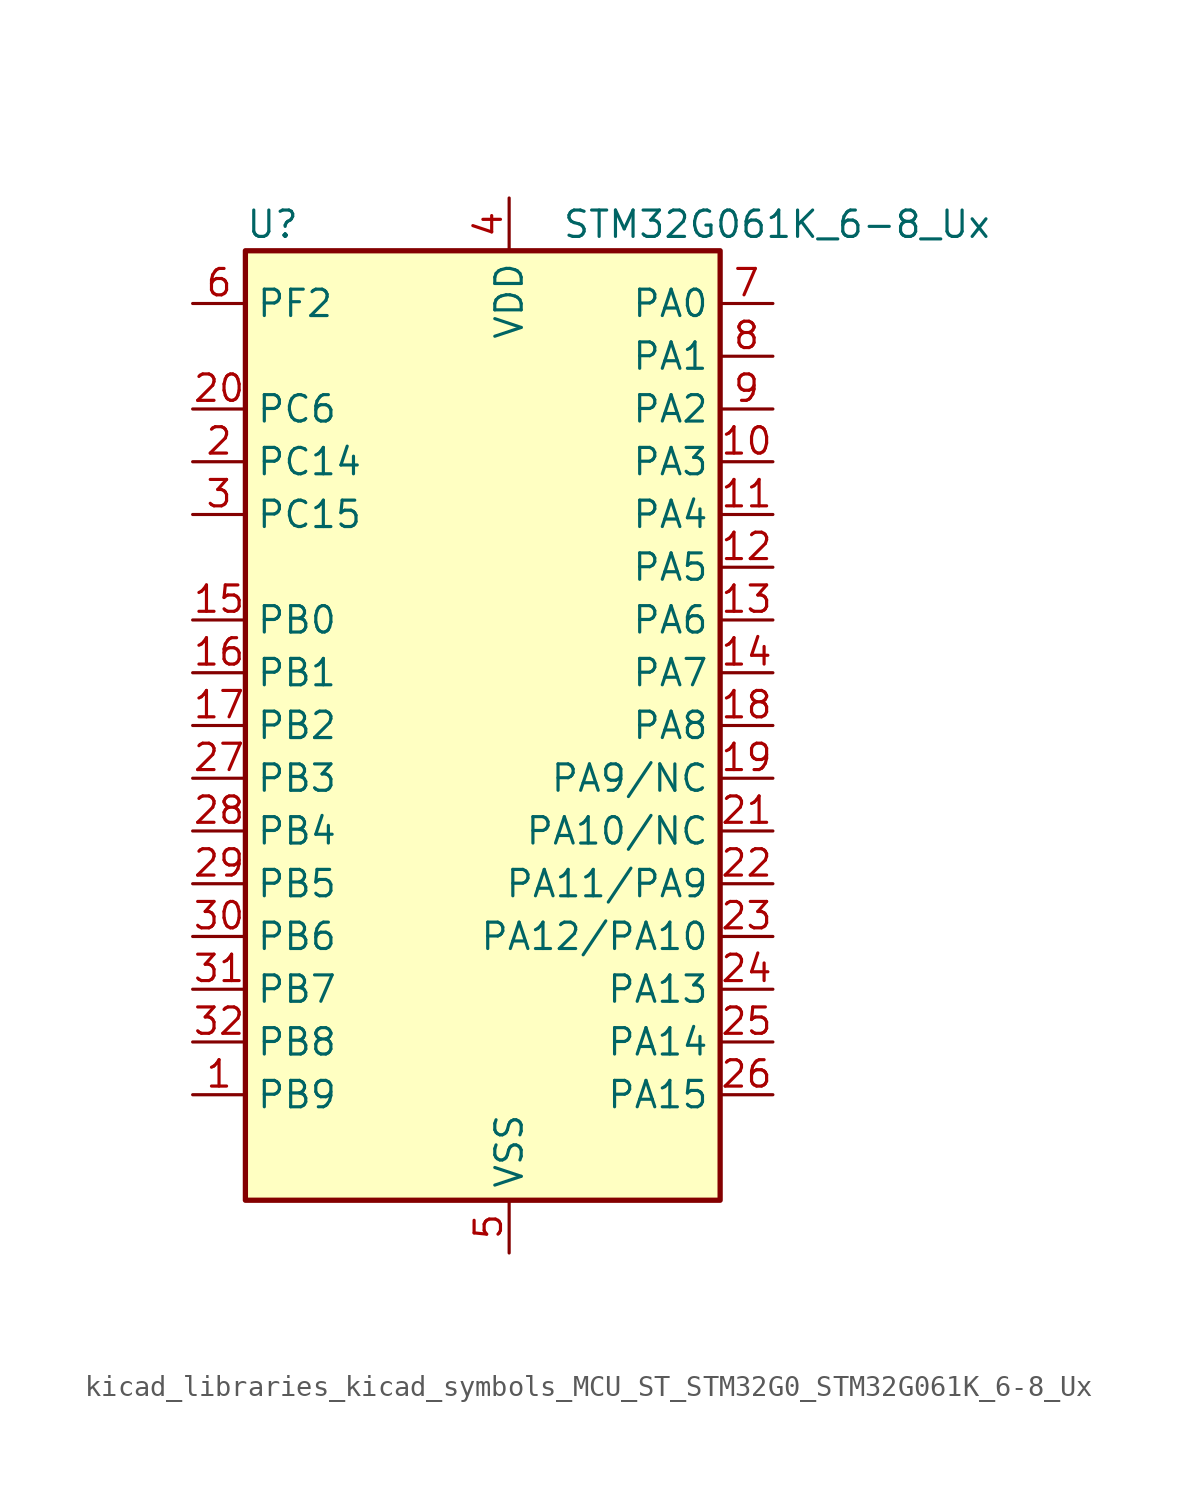
<source format=kicad_sym>
(kicad_symbol_lib
  (version 20220914)
  (generator kicad_symbol_editor)
  (symbol "kicad_libraries_kicad_symbols_MCU_ST_STM32G0_STM32G061K_6-8_Ux"
    (property "Reference" "U"
      (at -10.16 24.13 0)
      (effects (font (size 1.27 1.27)) (justify left)))
    (property "Value" "STM32G061K_6-8_Ux"
      (at 5.08 24.13 0)
      (effects (font (size 1.27 1.27)) (justify left)))
    (property "ki_locked" ""
      (at 0 0 0)
      (effects (font (size 1.27 1.27))))
    (symbol "kicad_libraries_kicad_symbols_MCU_ST_STM32G0_STM32G061K_6-8_Ux_0_1"
      (rectangle (start -10.16 -22.86) (end 12.7 22.86) (stroke (width 0.254) (type default)) (fill (type background))))
    (symbol "kicad_libraries_kicad_symbols_MCU_ST_STM32G0_STM32G061K_6-8_Ux_1_1"
      (pin bidirectional line (at -12.7 -17.78 0) (length 2.54) (name "PB9" (effects (font (size 1.27 1.27)))) (number "1" (effects (font (size 1.27 1.27)))) (alternate "DAC1_EXTI9" bidirectional line) (alternate "I2C1_SDA" bidirectional line) (alternate "IR_OUT" bidirectional line) (alternate "SPI2_NSS" bidirectional line) (alternate "TIM17_CH1" bidirectional line))
      (pin bidirectional line (at 15.24 12.7 180) (length 2.54) (name "PA3" (effects (font (size 1.27 1.27)))) (number "10" (effects (font (size 1.27 1.27)))) (alternate "ADC1_IN3" bidirectional line) (alternate "COMP2_INP" bidirectional line) (alternate "LPUART1_RX" bidirectional line) (alternate "SPI2_MISO" bidirectional line) (alternate "TIM15_CH2" bidirectional line) (alternate "TIM2_CH4" bidirectional line) (alternate "USART2_RX" bidirectional line))
      (pin bidirectional line (at 15.24 10.16 180) (length 2.54) (name "PA4" (effects (font (size 1.27 1.27)))) (number "11" (effects (font (size 1.27 1.27)))) (alternate "ADC1_IN4" bidirectional line) (alternate "DAC1_OUT1" bidirectional line) (alternate "I2S1_WS" bidirectional line) (alternate "LPTIM2_OUT" bidirectional line) (alternate "RTC_OUT1" bidirectional line) (alternate "RTC_TAMP_IN1" bidirectional line) (alternate "RTC_TS" bidirectional line) (alternate "SPI1_NSS" bidirectional line) (alternate "SPI2_MOSI" bidirectional line) (alternate "SYS_WKUP2" bidirectional line) (alternate "TIM14_CH1" bidirectional line))
      (pin bidirectional line (at 15.24 7.62 180) (length 2.54) (name "PA5" (effects (font (size 1.27 1.27)))) (number "12" (effects (font (size 1.27 1.27)))) (alternate "ADC1_IN5" bidirectional line) (alternate "DAC1_OUT2" bidirectional line) (alternate "I2S1_CK" bidirectional line) (alternate "LPTIM2_ETR" bidirectional line) (alternate "SPI1_SCK" bidirectional line) (alternate "TIM2_CH1" bidirectional line) (alternate "TIM2_ETR" bidirectional line))
      (pin bidirectional line (at 15.24 5.08 180) (length 2.54) (name "PA6" (effects (font (size 1.27 1.27)))) (number "13" (effects (font (size 1.27 1.27)))) (alternate "ADC1_IN6" bidirectional line) (alternate "COMP1_OUT" bidirectional line) (alternate "I2S1_MCK" bidirectional line) (alternate "LPUART1_CTS" bidirectional line) (alternate "SPI1_MISO" bidirectional line) (alternate "TIM16_CH1" bidirectional line) (alternate "TIM1_BK" bidirectional line) (alternate "TIM3_CH1" bidirectional line))
      (pin bidirectional line (at 15.24 2.54 180) (length 2.54) (name "PA7" (effects (font (size 1.27 1.27)))) (number "14" (effects (font (size 1.27 1.27)))) (alternate "ADC1_IN7" bidirectional line) (alternate "COMP2_OUT" bidirectional line) (alternate "I2S1_SD" bidirectional line) (alternate "SPI1_MOSI" bidirectional line) (alternate "TIM14_CH1" bidirectional line) (alternate "TIM17_CH1" bidirectional line) (alternate "TIM1_CH1N" bidirectional line) (alternate "TIM3_CH2" bidirectional line))
      (pin bidirectional line (at -12.7 5.08 0) (length 2.54) (name "PB0" (effects (font (size 1.27 1.27)))) (number "15" (effects (font (size 1.27 1.27)))) (alternate "ADC1_IN8" bidirectional line) (alternate "COMP1_OUT" bidirectional line) (alternate "I2S1_WS" bidirectional line) (alternate "LPTIM1_OUT" bidirectional line) (alternate "SPI1_NSS" bidirectional line) (alternate "TIM1_CH2N" bidirectional line) (alternate "TIM3_CH3" bidirectional line))
      (pin bidirectional line (at -12.7 2.54 0) (length 2.54) (name "PB1" (effects (font (size 1.27 1.27)))) (number "16" (effects (font (size 1.27 1.27)))) (alternate "ADC1_IN9" bidirectional line) (alternate "COMP1_INM" bidirectional line) (alternate "LPTIM2_IN1" bidirectional line) (alternate "LPUART1_DE" bidirectional line) (alternate "LPUART1_RTS" bidirectional line) (alternate "TIM14_CH1" bidirectional line) (alternate "TIM1_CH3N" bidirectional line) (alternate "TIM3_CH4" bidirectional line))
      (pin bidirectional line (at -12.7 0 0) (length 2.54) (name "PB2" (effects (font (size 1.27 1.27)))) (number "17" (effects (font (size 1.27 1.27)))) (alternate "ADC1_IN10" bidirectional line) (alternate "COMP1_INP" bidirectional line) (alternate "LPTIM1_OUT" bidirectional line) (alternate "SPI2_MISO" bidirectional line))
      (pin bidirectional line (at 15.24 0 180) (length 2.54) (name "PA8" (effects (font (size 1.27 1.27)))) (number "18" (effects (font (size 1.27 1.27)))) (alternate "LPTIM2_OUT" bidirectional line) (alternate "RCC_MCO" bidirectional line) (alternate "SPI2_NSS" bidirectional line) (alternate "TIM1_CH1" bidirectional line))
      (pin bidirectional line (at 15.24 -2.54 180) (length 2.54) (name "PA9/NC" (effects (font (size 1.27 1.27)))) (number "19" (effects (font (size 1.27 1.27)))) (alternate "DAC1_EXTI9" bidirectional line) (alternate "I2C1_SCL" bidirectional line) (alternate "RCC_MCO" bidirectional line) (alternate "SPI2_MISO" bidirectional line) (alternate "TIM15_BK" bidirectional line) (alternate "TIM1_CH2" bidirectional line) (alternate "USART1_TX" bidirectional line))
      (pin bidirectional line (at -12.7 12.7 0) (length 2.54) (name "PC14" (effects (font (size 1.27 1.27)))) (number "2" (effects (font (size 1.27 1.27)))) (alternate "RCC_OSC32_IN" bidirectional line) (alternate "RCC_OSC_IN" bidirectional line) (alternate "TIM1_BK2" bidirectional line))
      (pin bidirectional line (at -12.7 15.24 0) (length 2.54) (name "PC6" (effects (font (size 1.27 1.27)))) (number "20" (effects (font (size 1.27 1.27)))) (alternate "TIM2_CH3" bidirectional line) (alternate "TIM3_CH1" bidirectional line))
      (pin bidirectional line (at 15.24 -5.08 180) (length 2.54) (name "PA10/NC" (effects (font (size 1.27 1.27)))) (number "21" (effects (font (size 1.27 1.27)))) (alternate "I2C1_SDA" bidirectional line) (alternate "SPI2_MOSI" bidirectional line) (alternate "TIM17_BK" bidirectional line) (alternate "TIM1_CH3" bidirectional line) (alternate "USART1_RX" bidirectional line))
      (pin bidirectional line (at 15.24 -7.62 180) (length 2.54) (name "PA11/PA9" (effects (font (size 1.27 1.27)))) (number "22" (effects (font (size 1.27 1.27)))) (alternate "ADC1_EXTI11" bidirectional line) (alternate "ADC1_IN15" bidirectional line) (alternate "COMP1_OUT" bidirectional line) (alternate "I2C2_SCL" bidirectional line) (alternate "I2S1_MCK" bidirectional line) (alternate "SPI1_MISO" bidirectional line) (alternate "TIM1_BK2" bidirectional line) (alternate "TIM1_CH4" bidirectional line) (alternate "USART1_CTS" bidirectional line) (alternate "USART1_NSS" bidirectional line))
      (pin bidirectional line (at 15.24 -10.16 180) (length 2.54) (name "PA12/PA10" (effects (font (size 1.27 1.27)))) (number "23" (effects (font (size 1.27 1.27)))) (alternate "ADC1_IN16" bidirectional line) (alternate "COMP2_OUT" bidirectional line) (alternate "I2C2_SDA" bidirectional line) (alternate "I2S1_SD" bidirectional line) (alternate "I2S_CKIN" bidirectional line) (alternate "SPI1_MOSI" bidirectional line) (alternate "TIM1_ETR" bidirectional line) (alternate "USART1_CK" bidirectional line) (alternate "USART1_DE" bidirectional line) (alternate "USART1_RTS" bidirectional line))
      (pin bidirectional line (at 15.24 -12.7 180) (length 2.54) (name "PA13" (effects (font (size 1.27 1.27)))) (number "24" (effects (font (size 1.27 1.27)))) (alternate "ADC1_IN17" bidirectional line) (alternate "IR_OUT" bidirectional line) (alternate "SYS_SWDIO" bidirectional line))
      (pin bidirectional line (at 15.24 -15.24 180) (length 2.54) (name "PA14" (effects (font (size 1.27 1.27)))) (number "25" (effects (font (size 1.27 1.27)))) (alternate "ADC1_IN18" bidirectional line) (alternate "SYS_SWCLK" bidirectional line) (alternate "USART2_TX" bidirectional line))
      (pin bidirectional line (at 15.24 -17.78 180) (length 2.54) (name "PA15" (effects (font (size 1.27 1.27)))) (number "26" (effects (font (size 1.27 1.27)))) (alternate "I2S1_WS" bidirectional line) (alternate "SPI1_NSS" bidirectional line) (alternate "TIM2_CH1" bidirectional line) (alternate "TIM2_ETR" bidirectional line) (alternate "USART2_RX" bidirectional line))
      (pin bidirectional line (at -12.7 -2.54 0) (length 2.54) (name "PB3" (effects (font (size 1.27 1.27)))) (number "27" (effects (font (size 1.27 1.27)))) (alternate "COMP2_INM" bidirectional line) (alternate "I2S1_CK" bidirectional line) (alternate "SPI1_SCK" bidirectional line) (alternate "TIM1_CH2" bidirectional line) (alternate "TIM2_CH2" bidirectional line) (alternate "USART1_CK" bidirectional line) (alternate "USART1_DE" bidirectional line) (alternate "USART1_RTS" bidirectional line))
      (pin bidirectional line (at -12.7 -5.08 0) (length 2.54) (name "PB4" (effects (font (size 1.27 1.27)))) (number "28" (effects (font (size 1.27 1.27)))) (alternate "COMP2_INP" bidirectional line) (alternate "I2S1_MCK" bidirectional line) (alternate "SPI1_MISO" bidirectional line) (alternate "TIM17_BK" bidirectional line) (alternate "TIM3_CH1" bidirectional line) (alternate "USART1_CTS" bidirectional line) (alternate "USART1_NSS" bidirectional line))
      (pin bidirectional line (at -12.7 -7.62 0) (length 2.54) (name "PB5" (effects (font (size 1.27 1.27)))) (number "29" (effects (font (size 1.27 1.27)))) (alternate "COMP2_OUT" bidirectional line) (alternate "I2C1_SMBA" bidirectional line) (alternate "I2S1_SD" bidirectional line) (alternate "LPTIM1_IN1" bidirectional line) (alternate "SPI1_MOSI" bidirectional line) (alternate "SYS_WKUP6" bidirectional line) (alternate "TIM16_BK" bidirectional line) (alternate "TIM3_CH2" bidirectional line))
      (pin bidirectional line (at -12.7 10.16 0) (length 2.54) (name "PC15" (effects (font (size 1.27 1.27)))) (number "3" (effects (font (size 1.27 1.27)))) (alternate "RCC_OSC32_EN" bidirectional line) (alternate "RCC_OSC32_OUT" bidirectional line) (alternate "RCC_OSC_EN" bidirectional line) (alternate "TIM15_BK" bidirectional line))
      (pin bidirectional line (at -12.7 -10.16 0) (length 2.54) (name "PB6" (effects (font (size 1.27 1.27)))) (number "30" (effects (font (size 1.27 1.27)))) (alternate "COMP2_INP" bidirectional line) (alternate "I2C1_SCL" bidirectional line) (alternate "LPTIM1_ETR" bidirectional line) (alternate "SPI2_MISO" bidirectional line) (alternate "TIM16_CH1N" bidirectional line) (alternate "TIM1_CH3" bidirectional line) (alternate "USART1_TX" bidirectional line))
      (pin bidirectional line (at -12.7 -12.7 0) (length 2.54) (name "PB7" (effects (font (size 1.27 1.27)))) (number "31" (effects (font (size 1.27 1.27)))) (alternate "ADC1_IN11" bidirectional line) (alternate "COMP2_INM" bidirectional line) (alternate "I2C1_SDA" bidirectional line) (alternate "LPTIM1_IN2" bidirectional line) (alternate "SPI2_MOSI" bidirectional line) (alternate "SYS_PVD_IN" bidirectional line) (alternate "TIM17_CH1N" bidirectional line) (alternate "USART1_RX" bidirectional line))
      (pin bidirectional line (at -12.7 -15.24 0) (length 2.54) (name "PB8" (effects (font (size 1.27 1.27)))) (number "32" (effects (font (size 1.27 1.27)))) (alternate "I2C1_SCL" bidirectional line) (alternate "SPI2_SCK" bidirectional line) (alternate "TIM15_BK" bidirectional line) (alternate "TIM16_CH1" bidirectional line))
      (pin passive line (at 2.54 -25.4 90) (length 2.54) hide (name "VSS" (effects (font (size 1.27 1.27)))) (number "33" (effects (font (size 1.27 1.27)))))
      (pin power_in line (at 2.54 25.4 270) (length 2.54) (name "VDD" (effects (font (size 1.27 1.27)))) (number "4" (effects (font (size 1.27 1.27)))))
      (pin power_in line (at 2.54 -25.4 90) (length 2.54) (name "VSS" (effects (font (size 1.27 1.27)))) (number "5" (effects (font (size 1.27 1.27)))))
      (pin bidirectional line (at -12.7 20.32 0) (length 2.54) (name "PF2" (effects (font (size 1.27 1.27)))) (number "6" (effects (font (size 1.27 1.27)))) (alternate "RCC_MCO" bidirectional line))
      (pin bidirectional line (at 15.24 20.32 180) (length 2.54) (name "PA0" (effects (font (size 1.27 1.27)))) (number "7" (effects (font (size 1.27 1.27)))) (alternate "ADC1_IN0" bidirectional line) (alternate "COMP1_INM" bidirectional line) (alternate "COMP1_OUT" bidirectional line) (alternate "LPTIM1_OUT" bidirectional line) (alternate "RTC_TAMP_IN2" bidirectional line) (alternate "SPI2_SCK" bidirectional line) (alternate "SYS_WKUP1" bidirectional line) (alternate "TIM2_CH1" bidirectional line) (alternate "TIM2_ETR" bidirectional line) (alternate "USART2_CTS" bidirectional line) (alternate "USART2_NSS" bidirectional line))
      (pin bidirectional line (at 15.24 17.78 180) (length 2.54) (name "PA1" (effects (font (size 1.27 1.27)))) (number "8" (effects (font (size 1.27 1.27)))) (alternate "ADC1_IN1" bidirectional line) (alternate "COMP1_INP" bidirectional line) (alternate "I2C1_SMBA" bidirectional line) (alternate "I2S1_CK" bidirectional line) (alternate "SPI1_SCK" bidirectional line) (alternate "TIM15_CH1N" bidirectional line) (alternate "TIM2_CH2" bidirectional line) (alternate "USART2_CK" bidirectional line) (alternate "USART2_DE" bidirectional line) (alternate "USART2_RTS" bidirectional line))
      (pin bidirectional line (at 15.24 15.24 180) (length 2.54) (name "PA2" (effects (font (size 1.27 1.27)))) (number "9" (effects (font (size 1.27 1.27)))) (alternate "ADC1_IN2" bidirectional line) (alternate "COMP2_INM" bidirectional line) (alternate "COMP2_OUT" bidirectional line) (alternate "I2S1_SD" bidirectional line) (alternate "LPUART1_TX" bidirectional line) (alternate "RCC_LSCO" bidirectional line) (alternate "SPI1_MOSI" bidirectional line) (alternate "SYS_WKUP4" bidirectional line) (alternate "TIM15_CH1" bidirectional line) (alternate "TIM2_CH3" bidirectional line) (alternate "USART2_TX" bidirectional line)))))
</source>
